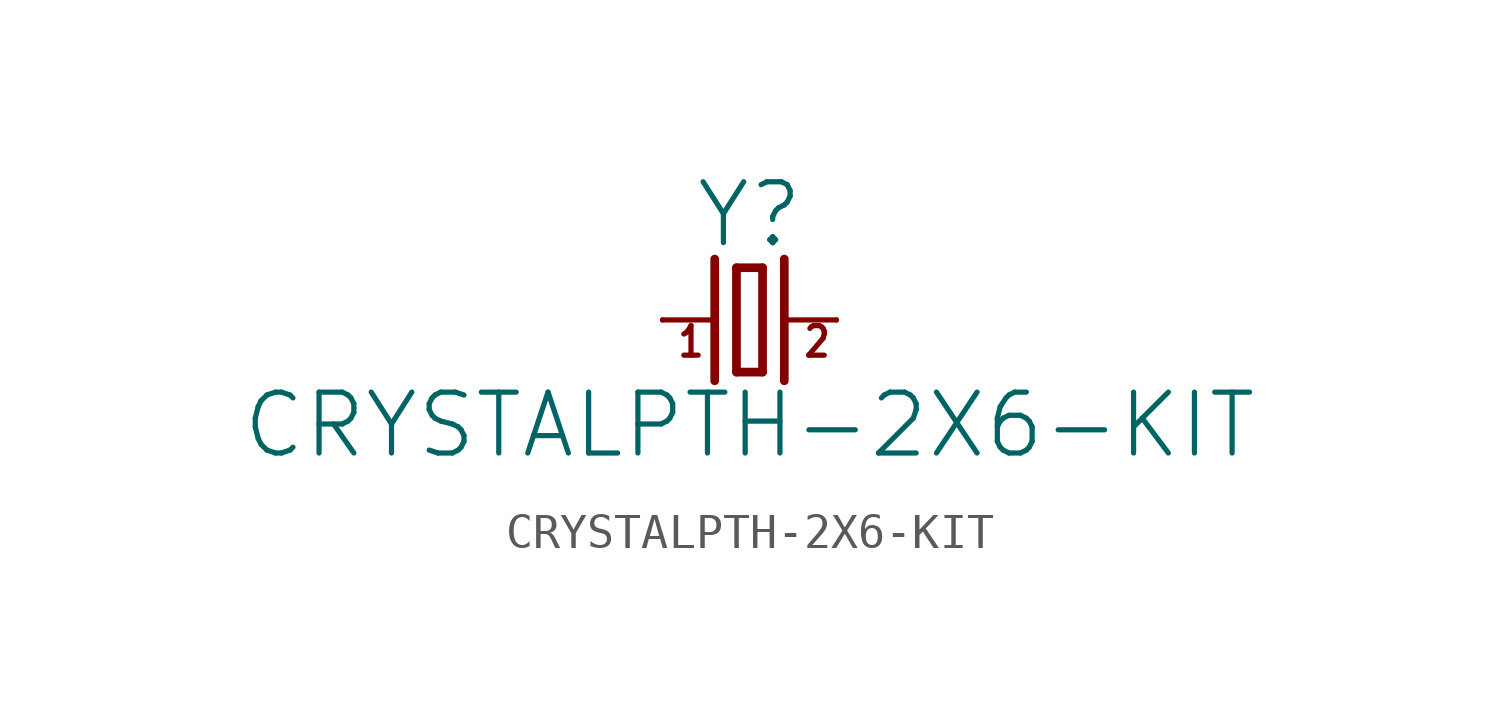
<source format=kicad_sym>
(kicad_symbol_lib
  (version 20211014)
  (generator kicad_symbol_editor)
  (symbol "CRYSTALPTH-2X6-KIT"
    (property "Reference" "Y"
      (at 0 2.032 0)
      (effects (font (size 1.778 1.778)) (justify bottom)))
    (property "Value" "CRYSTALPTH-2X6-KIT"
      (at 0 -2.032 0)
      (effects (font (size 1.778 1.778)) (justify top)))
    (property "ki_locked" ""
      (at 0 0 0)
      (effects (font (size 1.27 1.27))))
    (symbol "CRYSTALPTH-2X6-KIT_1_0"
      (polyline (pts (xy -2.54 0) (xy -1.016 0)) (stroke (width 0.152) (type default) (color 0 0 0 0)) (fill (type none)))
      (polyline (pts (xy -1.016 1.778) (xy -1.016 -1.778)) (stroke (width 0.254) (type default) (color 0 0 0 0)) (fill (type none)))
      (polyline (pts (xy -0.381 -1.524) (xy 0.381 -1.524)) (stroke (width 0.254) (type default) (color 0 0 0 0)) (fill (type none)))
      (polyline (pts (xy -0.381 1.524) (xy -0.381 -1.524)) (stroke (width 0.254) (type default) (color 0 0 0 0)) (fill (type none)))
      (polyline (pts (xy 0.381 -1.524) (xy 0.381 1.524)) (stroke (width 0.254) (type default) (color 0 0 0 0)) (fill (type none)))
      (polyline (pts (xy 0.381 1.524) (xy -0.381 1.524)) (stroke (width 0.254) (type default) (color 0 0 0 0)) (fill (type none)))
      (polyline (pts (xy 1.016 0) (xy 2.54 0)) (stroke (width 0.152) (type default) (color 0 0 0 0)) (fill (type none)))
      (polyline (pts (xy 1.016 1.778) (xy 1.016 -1.778)) (stroke (width 0.254) (type default) (color 0 0 0 0)) (fill (type none)))
      (text "1" (at -2.159 -1.143 0) (effects (font (size 0.864 0.734)) (justify left bottom)))
      (text "2" (at 1.524 -1.143 0) (effects (font (size 0.864 0.734)) (justify left bottom)))
      (pin passive line (at -2.54 0 0) (length 0) (name "1" (effects (font (size 0 0)))) (number "1" (effects (font (size 0 0)))))
      (pin passive line (at 2.54 0 180) (length 0) (name "2" (effects (font (size 0 0)))) (number "2" (effects (font (size 0 0))))))))
</source>
